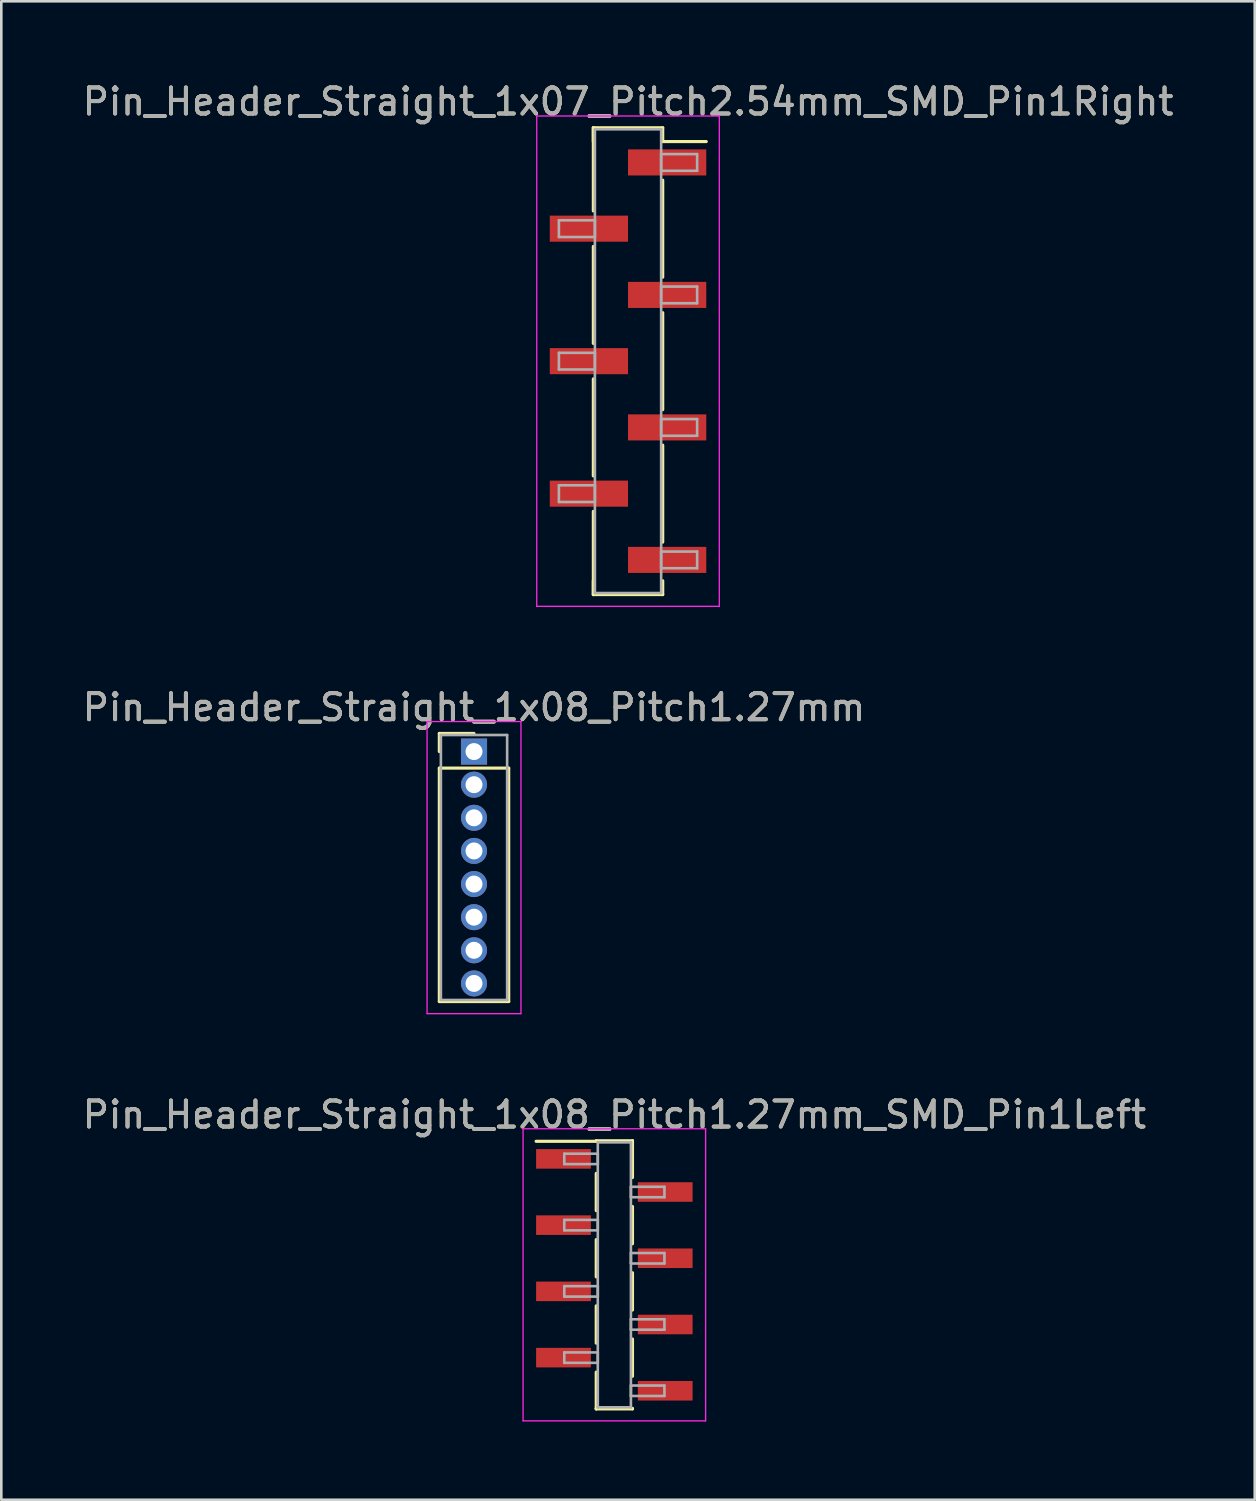
<source format=kicad_pcb>
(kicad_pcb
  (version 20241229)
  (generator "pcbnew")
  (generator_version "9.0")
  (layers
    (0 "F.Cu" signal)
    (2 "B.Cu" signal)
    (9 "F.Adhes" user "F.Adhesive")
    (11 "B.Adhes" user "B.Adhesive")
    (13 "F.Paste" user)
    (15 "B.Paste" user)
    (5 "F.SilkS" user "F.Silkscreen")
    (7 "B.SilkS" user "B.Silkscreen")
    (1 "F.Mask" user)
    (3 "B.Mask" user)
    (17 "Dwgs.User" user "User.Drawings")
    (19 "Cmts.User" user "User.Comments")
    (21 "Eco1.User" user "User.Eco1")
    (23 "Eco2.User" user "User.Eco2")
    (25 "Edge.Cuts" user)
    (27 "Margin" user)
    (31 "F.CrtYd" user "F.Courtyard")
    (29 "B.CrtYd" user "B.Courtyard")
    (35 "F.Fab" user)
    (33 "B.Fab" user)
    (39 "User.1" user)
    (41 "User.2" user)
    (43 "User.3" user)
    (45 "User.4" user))
  (footprint "Pin_Header_Straight_1x08_Pitch1.27mm"
    (layer "F.Cu")
    (at 15.125 25.767)
    (property "Reference" "Pin_Header_Straight_1x08_Pitch1.27mm" (at 0 -1.695 0) (layer "F.SilkS") (effects (font (size 1 1) (thickness 0.15))))
    (attr through_hole)
    (fp_line (start -1.33 -0.695) (end 0 -0.695) (stroke (width 0.12) (type solid)) (layer "F.SilkS"))
    (fp_line (start -1.33 0) (end -1.33 -0.695) (stroke (width 0.12) (type solid)) (layer "F.SilkS"))
    (fp_line (start -1.33 0.635) (end -1.33 9.585) (stroke (width 0.12) (type solid)) (layer "F.SilkS"))
    (fp_line (start -1.33 9.585) (end 1.33 9.585) (stroke (width 0.12) (type solid)) (layer "F.SilkS"))
    (fp_line (start 1.33 0.635) (end -1.33 0.635) (stroke (width 0.12) (type solid)) (layer "F.SilkS"))
    (fp_line (start 1.33 9.585) (end 1.33 0.635) (stroke (width 0.12) (type solid)) (layer "F.SilkS"))
    (fp_line (start -1.8 -1.15) (end -1.8 10.05) (stroke (width 0.05) (type solid)) (layer "F.CrtYd"))
    (fp_line (start -1.8 10.05) (end 1.8 10.05) (stroke (width 0.05) (type solid)) (layer "F.CrtYd"))
    (fp_line (start 1.8 -1.15) (end -1.8 -1.15) (stroke (width 0.05) (type solid)) (layer "F.CrtYd"))
    (fp_line (start 1.8 10.05) (end 1.8 -1.15) (stroke (width 0.05) (type solid)) (layer "F.CrtYd"))
    (fp_line (start -1.27 -0.635) (end -1.27 9.525) (stroke (width 0.1) (type solid)) (layer "F.Fab"))
    (fp_line (start -1.27 9.525) (end 1.27 9.525) (stroke (width 0.1) (type solid)) (layer "F.Fab"))
    (fp_line (start 1.27 -0.635) (end -1.27 -0.635) (stroke (width 0.1) (type solid)) (layer "F.Fab"))
    (fp_line (start 1.27 9.525) (end 1.27 -0.635) (stroke (width 0.1) (type solid)) (layer "F.Fab"))
    (fp_text user "${REFERENCE}" (at 0 -1.695 0) (layer "F.Fab") (effects (font (size 1 1) (thickness 0.15))))
    (pad "1" thru_hole rect (at 0 0) (size 1 1) (drill 0.65) (layers "*.Cu" "*.Mask"))
    (pad "2" thru_hole oval (at 0 1.27) (size 1 1) (drill 0.65) (layers "*.Cu" "*.Mask"))
    (pad "3" thru_hole oval (at 0 2.54) (size 1 1) (drill 0.65) (layers "*.Cu" "*.Mask"))
    (pad "4" thru_hole oval (at 0 3.81) (size 1 1) (drill 0.65) (layers "*.Cu" "*.Mask"))
    (pad "5" thru_hole oval (at 0 5.08) (size 1 1) (drill 0.65) (layers "*.Cu" "*.Mask"))
    (pad "6" thru_hole oval (at 0 6.35) (size 1 1) (drill 0.65) (layers "*.Cu" "*.Mask"))
    (pad "7" thru_hole oval (at 0 7.62) (size 1 1) (drill 0.65) (layers "*.Cu" "*.Mask"))
    (pad "8" thru_hole oval (at 0 8.89) (size 1 1) (drill 0.65) (layers "*.Cu" "*.Mask")))
  (footprint "Pin_Header_Straight_1x07_Pitch2.54mm_SMD_Pin1Right"
    (layer "F.Cu")
    (at 21.03 10.798)
    (property "Reference" "Pin_Header_Straight_1x07_Pitch2.54mm_SMD_Pin1Right" (at 0 -9.95 0) (layer "F.SilkS") (effects (font (size 1 1) (thickness 0.15))))
    (attr smd)
    (fp_line (start -1.33 -8.95) (end -1.33 -5.76) (stroke (width 0.12) (type solid)) (layer "F.SilkS"))
    (fp_line (start -1.33 -8.95) (end 1.33 -8.95) (stroke (width 0.12) (type solid)) (layer "F.SilkS"))
    (fp_line (start -1.33 -8.42) (end -1.33 -8.95) (stroke (width 0.12) (type solid)) (layer "F.SilkS"))
    (fp_line (start -1.33 -4.4) (end -1.33 -0.68) (stroke (width 0.12) (type solid)) (layer "F.SilkS"))
    (fp_line (start -1.33 0.68) (end -1.33 4.4) (stroke (width 0.12) (type solid)) (layer "F.SilkS"))
    (fp_line (start -1.33 5.76) (end -1.33 8.95) (stroke (width 0.12) (type solid)) (layer "F.SilkS"))
    (fp_line (start -1.33 8.42) (end -1.33 8.95) (stroke (width 0.12) (type solid)) (layer "F.SilkS"))
    (fp_line (start -1.33 8.95) (end 1.33 8.95) (stroke (width 0.12) (type solid)) (layer "F.SilkS"))
    (fp_line (start 1.33 -8.95) (end 1.33 -8.42) (stroke (width 0.12) (type solid)) (layer "F.SilkS"))
    (fp_line (start 1.33 -8.42) (end 3 -8.42) (stroke (width 0.12) (type solid)) (layer "F.SilkS"))
    (fp_line (start 1.33 -6.94) (end 1.33 -3.22) (stroke (width 0.12) (type solid)) (layer "F.SilkS"))
    (fp_line (start 1.33 -1.86) (end 1.33 1.86) (stroke (width 0.12) (type solid)) (layer "F.SilkS"))
    (fp_line (start 1.33 3.22) (end 1.33 6.94) (stroke (width 0.12) (type solid)) (layer "F.SilkS"))
    (fp_line (start 1.33 8.95) (end 1.33 8.42) (stroke (width 0.12) (type solid)) (layer "F.SilkS"))
    (fp_line (start -3.5 -9.4) (end -3.5 9.4) (stroke (width 0.05) (type solid)) (layer "F.CrtYd"))
    (fp_line (start -3.5 9.4) (end 3.5 9.4) (stroke (width 0.05) (type solid)) (layer "F.CrtYd"))
    (fp_line (start 3.5 -9.4) (end -3.5 -9.4) (stroke (width 0.05) (type solid)) (layer "F.CrtYd"))
    (fp_line (start 3.5 9.4) (end 3.5 -9.4) (stroke (width 0.05) (type solid)) (layer "F.CrtYd"))
    (fp_line (start -2.65 -5.4) (end -1.27 -5.4) (stroke (width 0.1) (type solid)) (layer "F.Fab"))
    (fp_line (start -2.65 -4.76) (end -2.65 -5.4) (stroke (width 0.1) (type solid)) (layer "F.Fab"))
    (fp_line (start -2.65 -0.32) (end -1.27 -0.32) (stroke (width 0.1) (type solid)) (layer "F.Fab"))
    (fp_line (start -2.65 0.32) (end -2.65 -0.32) (stroke (width 0.1) (type solid)) (layer "F.Fab"))
    (fp_line (start -2.65 4.76) (end -1.27 4.76) (stroke (width 0.1) (type solid)) (layer "F.Fab"))
    (fp_line (start -2.65 5.4) (end -2.65 4.76) (stroke (width 0.1) (type solid)) (layer "F.Fab"))
    (fp_line (start -1.27 -8.89) (end -1.27 8.89) (stroke (width 0.1) (type solid)) (layer "F.Fab"))
    (fp_line (start -1.27 -5.4) (end -1.27 -4.76) (stroke (width 0.1) (type solid)) (layer "F.Fab"))
    (fp_line (start -1.27 -4.76) (end -2.65 -4.76) (stroke (width 0.1) (type solid)) (layer "F.Fab"))
    (fp_line (start -1.27 -0.32) (end -1.27 0.32) (stroke (width 0.1) (type solid)) (layer "F.Fab"))
    (fp_line (start -1.27 0.32) (end -2.65 0.32) (stroke (width 0.1) (type solid)) (layer "F.Fab"))
    (fp_line (start -1.27 4.76) (end -1.27 5.4) (stroke (width 0.1) (type solid)) (layer "F.Fab"))
    (fp_line (start -1.27 5.4) (end -2.65 5.4) (stroke (width 0.1) (type solid)) (layer "F.Fab"))
    (fp_line (start -1.27 8.89) (end 1.27 8.89) (stroke (width 0.1) (type solid)) (layer "F.Fab"))
    (fp_line (start 1.27 -8.89) (end -1.27 -8.89) (stroke (width 0.1) (type solid)) (layer "F.Fab"))
    (fp_line (start 1.27 -7.94) (end 1.27 -7.3) (stroke (width 0.1) (type solid)) (layer "F.Fab"))
    (fp_line (start 1.27 -7.3) (end 2.65 -7.3) (stroke (width 0.1) (type solid)) (layer "F.Fab"))
    (fp_line (start 1.27 -2.86) (end 1.27 -2.22) (stroke (width 0.1) (type solid)) (layer "F.Fab"))
    (fp_line (start 1.27 -2.22) (end 2.65 -2.22) (stroke (width 0.1) (type solid)) (layer "F.Fab"))
    (fp_line (start 1.27 2.22) (end 1.27 2.86) (stroke (width 0.1) (type solid)) (layer "F.Fab"))
    (fp_line (start 1.27 2.86) (end 2.65 2.86) (stroke (width 0.1) (type solid)) (layer "F.Fab"))
    (fp_line (start 1.27 7.3) (end 1.27 7.94) (stroke (width 0.1) (type solid)) (layer "F.Fab"))
    (fp_line (start 1.27 7.94) (end 2.65 7.94) (stroke (width 0.1) (type solid)) (layer "F.Fab"))
    (fp_line (start 1.27 8.89) (end 1.27 -8.89) (stroke (width 0.1) (type solid)) (layer "F.Fab"))
    (fp_line (start 2.65 -7.94) (end 1.27 -7.94) (stroke (width 0.1) (type solid)) (layer "F.Fab"))
    (fp_line (start 2.65 -7.3) (end 2.65 -7.94) (stroke (width 0.1) (type solid)) (layer "F.Fab"))
    (fp_line (start 2.65 -2.86) (end 1.27 -2.86) (stroke (width 0.1) (type solid)) (layer "F.Fab"))
    (fp_line (start 2.65 -2.22) (end 2.65 -2.86) (stroke (width 0.1) (type solid)) (layer "F.Fab"))
    (fp_line (start 2.65 2.22) (end 1.27 2.22) (stroke (width 0.1) (type solid)) (layer "F.Fab"))
    (fp_line (start 2.65 2.86) (end 2.65 2.22) (stroke (width 0.1) (type solid)) (layer "F.Fab"))
    (fp_line (start 2.65 7.3) (end 1.27 7.3) (stroke (width 0.1) (type solid)) (layer "F.Fab"))
    (fp_line (start 2.65 7.94) (end 2.65 7.3) (stroke (width 0.1) (type solid)) (layer "F.Fab"))
    (fp_text user "${REFERENCE}" (at 0 -9.95 0) (layer "F.Fab") (effects (font (size 1 1) (thickness 0.15))))
    (pad "1" smd rect (at 1.5 -7.62) (size 3 1) (layers "F.Cu" "F.Mask" "F.Paste"))
    (pad "2" smd rect (at -1.5 -5.08) (size 3 1) (layers "F.Cu" "F.Mask" "F.Paste"))
    (pad "3" smd rect (at 1.5 -2.54) (size 3 1) (layers "F.Cu" "F.Mask" "F.Paste"))
    (pad "4" smd rect (at -1.5 0) (size 3 1) (layers "F.Cu" "F.Mask" "F.Paste"))
    (pad "5" smd rect (at 1.5 2.54) (size 3 1) (layers "F.Cu" "F.Mask" "F.Paste"))
    (pad "6" smd rect (at -1.5 5.08) (size 3 1) (layers "F.Cu" "F.Mask" "F.Paste"))
    (pad "7" smd rect (at 1.5 7.62) (size 3 1) (layers "F.Cu" "F.Mask" "F.Paste")))
  (footprint "Pin_Header_Straight_1x08_Pitch1.27mm_SMD_Pin1Left"
    (layer "F.Cu")
    (at 20.506 45.83)
    (property "Reference" "Pin_Header_Straight_1x08_Pitch1.27mm_SMD_Pin1Left" (at 0 -6.14 0) (layer "F.SilkS") (effects (font (size 1 1) (thickness 0.15))))
    (attr smd)
    (fp_line (start -0.695 -5.14) (end 0.695 -5.14) (stroke (width 0.12) (type solid)) (layer "F.SilkS"))
    (fp_line (start -0.695 -5.12) (end -3 -5.12) (stroke (width 0.12) (type solid)) (layer "F.SilkS"))
    (fp_line (start -0.695 -5.12) (end -0.695 -5.14) (stroke (width 0.12) (type solid)) (layer "F.SilkS"))
    (fp_line (start -0.695 -3.89) (end -0.695 -2.46) (stroke (width 0.12) (type solid)) (layer "F.SilkS"))
    (fp_line (start -0.695 -1.35) (end -0.695 0.08) (stroke (width 0.12) (type solid)) (layer "F.SilkS"))
    (fp_line (start -0.695 1.19) (end -0.695 2.62) (stroke (width 0.12) (type solid)) (layer "F.SilkS"))
    (fp_line (start -0.695 3.73) (end -0.695 5.14) (stroke (width 0.12) (type solid)) (layer "F.SilkS"))
    (fp_line (start -0.695 5.12) (end -0.695 5.14) (stroke (width 0.12) (type solid)) (layer "F.SilkS"))
    (fp_line (start -0.695 5.14) (end 0.695 5.14) (stroke (width 0.12) (type solid)) (layer "F.SilkS"))
    (fp_line (start 0.695 -5.14) (end 0.695 -5.12) (stroke (width 0.12) (type solid)) (layer "F.SilkS"))
    (fp_line (start 0.695 -5.14) (end 0.695 -3.73) (stroke (width 0.12) (type solid)) (layer "F.SilkS"))
    (fp_line (start 0.695 -2.62) (end 0.695 -1.19) (stroke (width 0.12) (type solid)) (layer "F.SilkS"))
    (fp_line (start 0.695 -0.08) (end 0.695 1.35) (stroke (width 0.12) (type solid)) (layer "F.SilkS"))
    (fp_line (start 0.695 2.46) (end 0.695 3.89) (stroke (width 0.12) (type solid)) (layer "F.SilkS"))
    (fp_line (start 0.695 5.14) (end 0.695 5.12) (stroke (width 0.12) (type solid)) (layer "F.SilkS"))
    (fp_line (start -3.5 -5.6) (end -3.5 5.6) (stroke (width 0.05) (type solid)) (layer "F.CrtYd"))
    (fp_line (start -3.5 5.6) (end 3.5 5.6) (stroke (width 0.05) (type solid)) (layer "F.CrtYd"))
    (fp_line (start 3.5 -5.6) (end -3.5 -5.6) (stroke (width 0.05) (type solid)) (layer "F.CrtYd"))
    (fp_line (start 3.5 5.6) (end 3.5 -5.6) (stroke (width 0.05) (type solid)) (layer "F.CrtYd"))
    (fp_line (start -1.92 -4.645) (end -0.635 -4.645) (stroke (width 0.1) (type solid)) (layer "F.Fab"))
    (fp_line (start -1.92 -4.245) (end -1.92 -4.645) (stroke (width 0.1) (type solid)) (layer "F.Fab"))
    (fp_line (start -1.92 -2.105) (end -0.635 -2.105) (stroke (width 0.1) (type solid)) (layer "F.Fab"))
    (fp_line (start -1.92 -1.705) (end -1.92 -2.105) (stroke (width 0.1) (type solid)) (layer "F.Fab"))
    (fp_line (start -1.92 0.435) (end -0.635 0.435) (stroke (width 0.1) (type solid)) (layer "F.Fab"))
    (fp_line (start -1.92 0.835) (end -1.92 0.435) (stroke (width 0.1) (type solid)) (layer "F.Fab"))
    (fp_line (start -1.92 2.975) (end -0.635 2.975) (stroke (width 0.1) (type solid)) (layer "F.Fab"))
    (fp_line (start -1.92 3.375) (end -1.92 2.975) (stroke (width 0.1) (type solid)) (layer "F.Fab"))
    (fp_line (start -0.635 -5.08) (end -0.635 5.08) (stroke (width 0.1) (type solid)) (layer "F.Fab"))
    (fp_line (start -0.635 -4.645) (end -0.635 -4.245) (stroke (width 0.1) (type solid)) (layer "F.Fab"))
    (fp_line (start -0.635 -4.245) (end -1.92 -4.245) (stroke (width 0.1) (type solid)) (layer "F.Fab"))
    (fp_line (start -0.635 -2.105) (end -0.635 -1.705) (stroke (width 0.1) (type solid)) (layer "F.Fab"))
    (fp_line (start -0.635 -1.705) (end -1.92 -1.705) (stroke (width 0.1) (type solid)) (layer "F.Fab"))
    (fp_line (start -0.635 0.435) (end -0.635 0.835) (stroke (width 0.1) (type solid)) (layer "F.Fab"))
    (fp_line (start -0.635 0.835) (end -1.92 0.835) (stroke (width 0.1) (type solid)) (layer "F.Fab"))
    (fp_line (start -0.635 2.975) (end -0.635 3.375) (stroke (width 0.1) (type solid)) (layer "F.Fab"))
    (fp_line (start -0.635 3.375) (end -1.92 3.375) (stroke (width 0.1) (type solid)) (layer "F.Fab"))
    (fp_line (start -0.635 5.08) (end 0.635 5.08) (stroke (width 0.1) (type solid)) (layer "F.Fab"))
    (fp_line (start 0.635 -5.08) (end -0.635 -5.08) (stroke (width 0.1) (type solid)) (layer "F.Fab"))
    (fp_line (start 0.635 -3.375) (end 0.635 -2.975) (stroke (width 0.1) (type solid)) (layer "F.Fab"))
    (fp_line (start 0.635 -2.975) (end 1.92 -2.975) (stroke (width 0.1) (type solid)) (layer "F.Fab"))
    (fp_line (start 0.635 -0.835) (end 0.635 -0.435) (stroke (width 0.1) (type solid)) (layer "F.Fab"))
    (fp_line (start 0.635 -0.435) (end 1.92 -0.435) (stroke (width 0.1) (type solid)) (layer "F.Fab"))
    (fp_line (start 0.635 1.705) (end 0.635 2.105) (stroke (width 0.1) (type solid)) (layer "F.Fab"))
    (fp_line (start 0.635 2.105) (end 1.92 2.105) (stroke (width 0.1) (type solid)) (layer "F.Fab"))
    (fp_line (start 0.635 4.245) (end 0.635 4.645) (stroke (width 0.1) (type solid)) (layer "F.Fab"))
    (fp_line (start 0.635 4.645) (end 1.92 4.645) (stroke (width 0.1) (type solid)) (layer "F.Fab"))
    (fp_line (start 0.635 5.08) (end 0.635 -5.08) (stroke (width 0.1) (type solid)) (layer "F.Fab"))
    (fp_line (start 1.92 -3.375) (end 0.635 -3.375) (stroke (width 0.1) (type solid)) (layer "F.Fab"))
    (fp_line (start 1.92 -2.975) (end 1.92 -3.375) (stroke (width 0.1) (type solid)) (layer "F.Fab"))
    (fp_line (start 1.92 -0.835) (end 0.635 -0.835) (stroke (width 0.1) (type solid)) (layer "F.Fab"))
    (fp_line (start 1.92 -0.435) (end 1.92 -0.835) (stroke (width 0.1) (type solid)) (layer "F.Fab"))
    (fp_line (start 1.92 1.705) (end 0.635 1.705) (stroke (width 0.1) (type solid)) (layer "F.Fab"))
    (fp_line (start 1.92 2.105) (end 1.92 1.705) (stroke (width 0.1) (type solid)) (layer "F.Fab"))
    (fp_line (start 1.92 4.245) (end 0.635 4.245) (stroke (width 0.1) (type solid)) (layer "F.Fab"))
    (fp_line (start 1.92 4.645) (end 1.92 4.245) (stroke (width 0.1) (type solid)) (layer "F.Fab"))
    (fp_text user "${REFERENCE}" (at 0 -6.14 0) (layer "F.Fab") (effects (font (size 1 1) (thickness 0.15))))
    (pad "1" smd rect (at -1.95 -4.445) (size 2.1 0.75) (layers "F.Cu" "F.Mask" "F.Paste"))
    (pad "2" smd rect (at 1.95 -3.175) (size 2.1 0.75) (layers "F.Cu" "F.Mask" "F.Paste"))
    (pad "3" smd rect (at -1.95 -1.905) (size 2.1 0.75) (layers "F.Cu" "F.Mask" "F.Paste"))
    (pad "4" smd rect (at 1.95 -0.635) (size 2.1 0.75) (layers "F.Cu" "F.Mask" "F.Paste"))
    (pad "5" smd rect (at -1.95 0.635) (size 2.1 0.75) (layers "F.Cu" "F.Mask" "F.Paste"))
    (pad "6" smd rect (at 1.95 1.905) (size 2.1 0.75) (layers "F.Cu" "F.Mask" "F.Paste"))
    (pad "7" smd rect (at -1.95 3.175) (size 2.1 0.75) (layers "F.Cu" "F.Mask" "F.Paste"))
    (pad "8" smd rect (at 1.95 4.445) (size 2.1 0.75) (layers "F.Cu" "F.Mask" "F.Paste")))
  (gr_rect
    (start -3 -3)
    (end 45.06 54.455)
    (stroke (width 0.1) (type default))
    (fill no)
    (layer "Edge.Cuts")))
</source>
